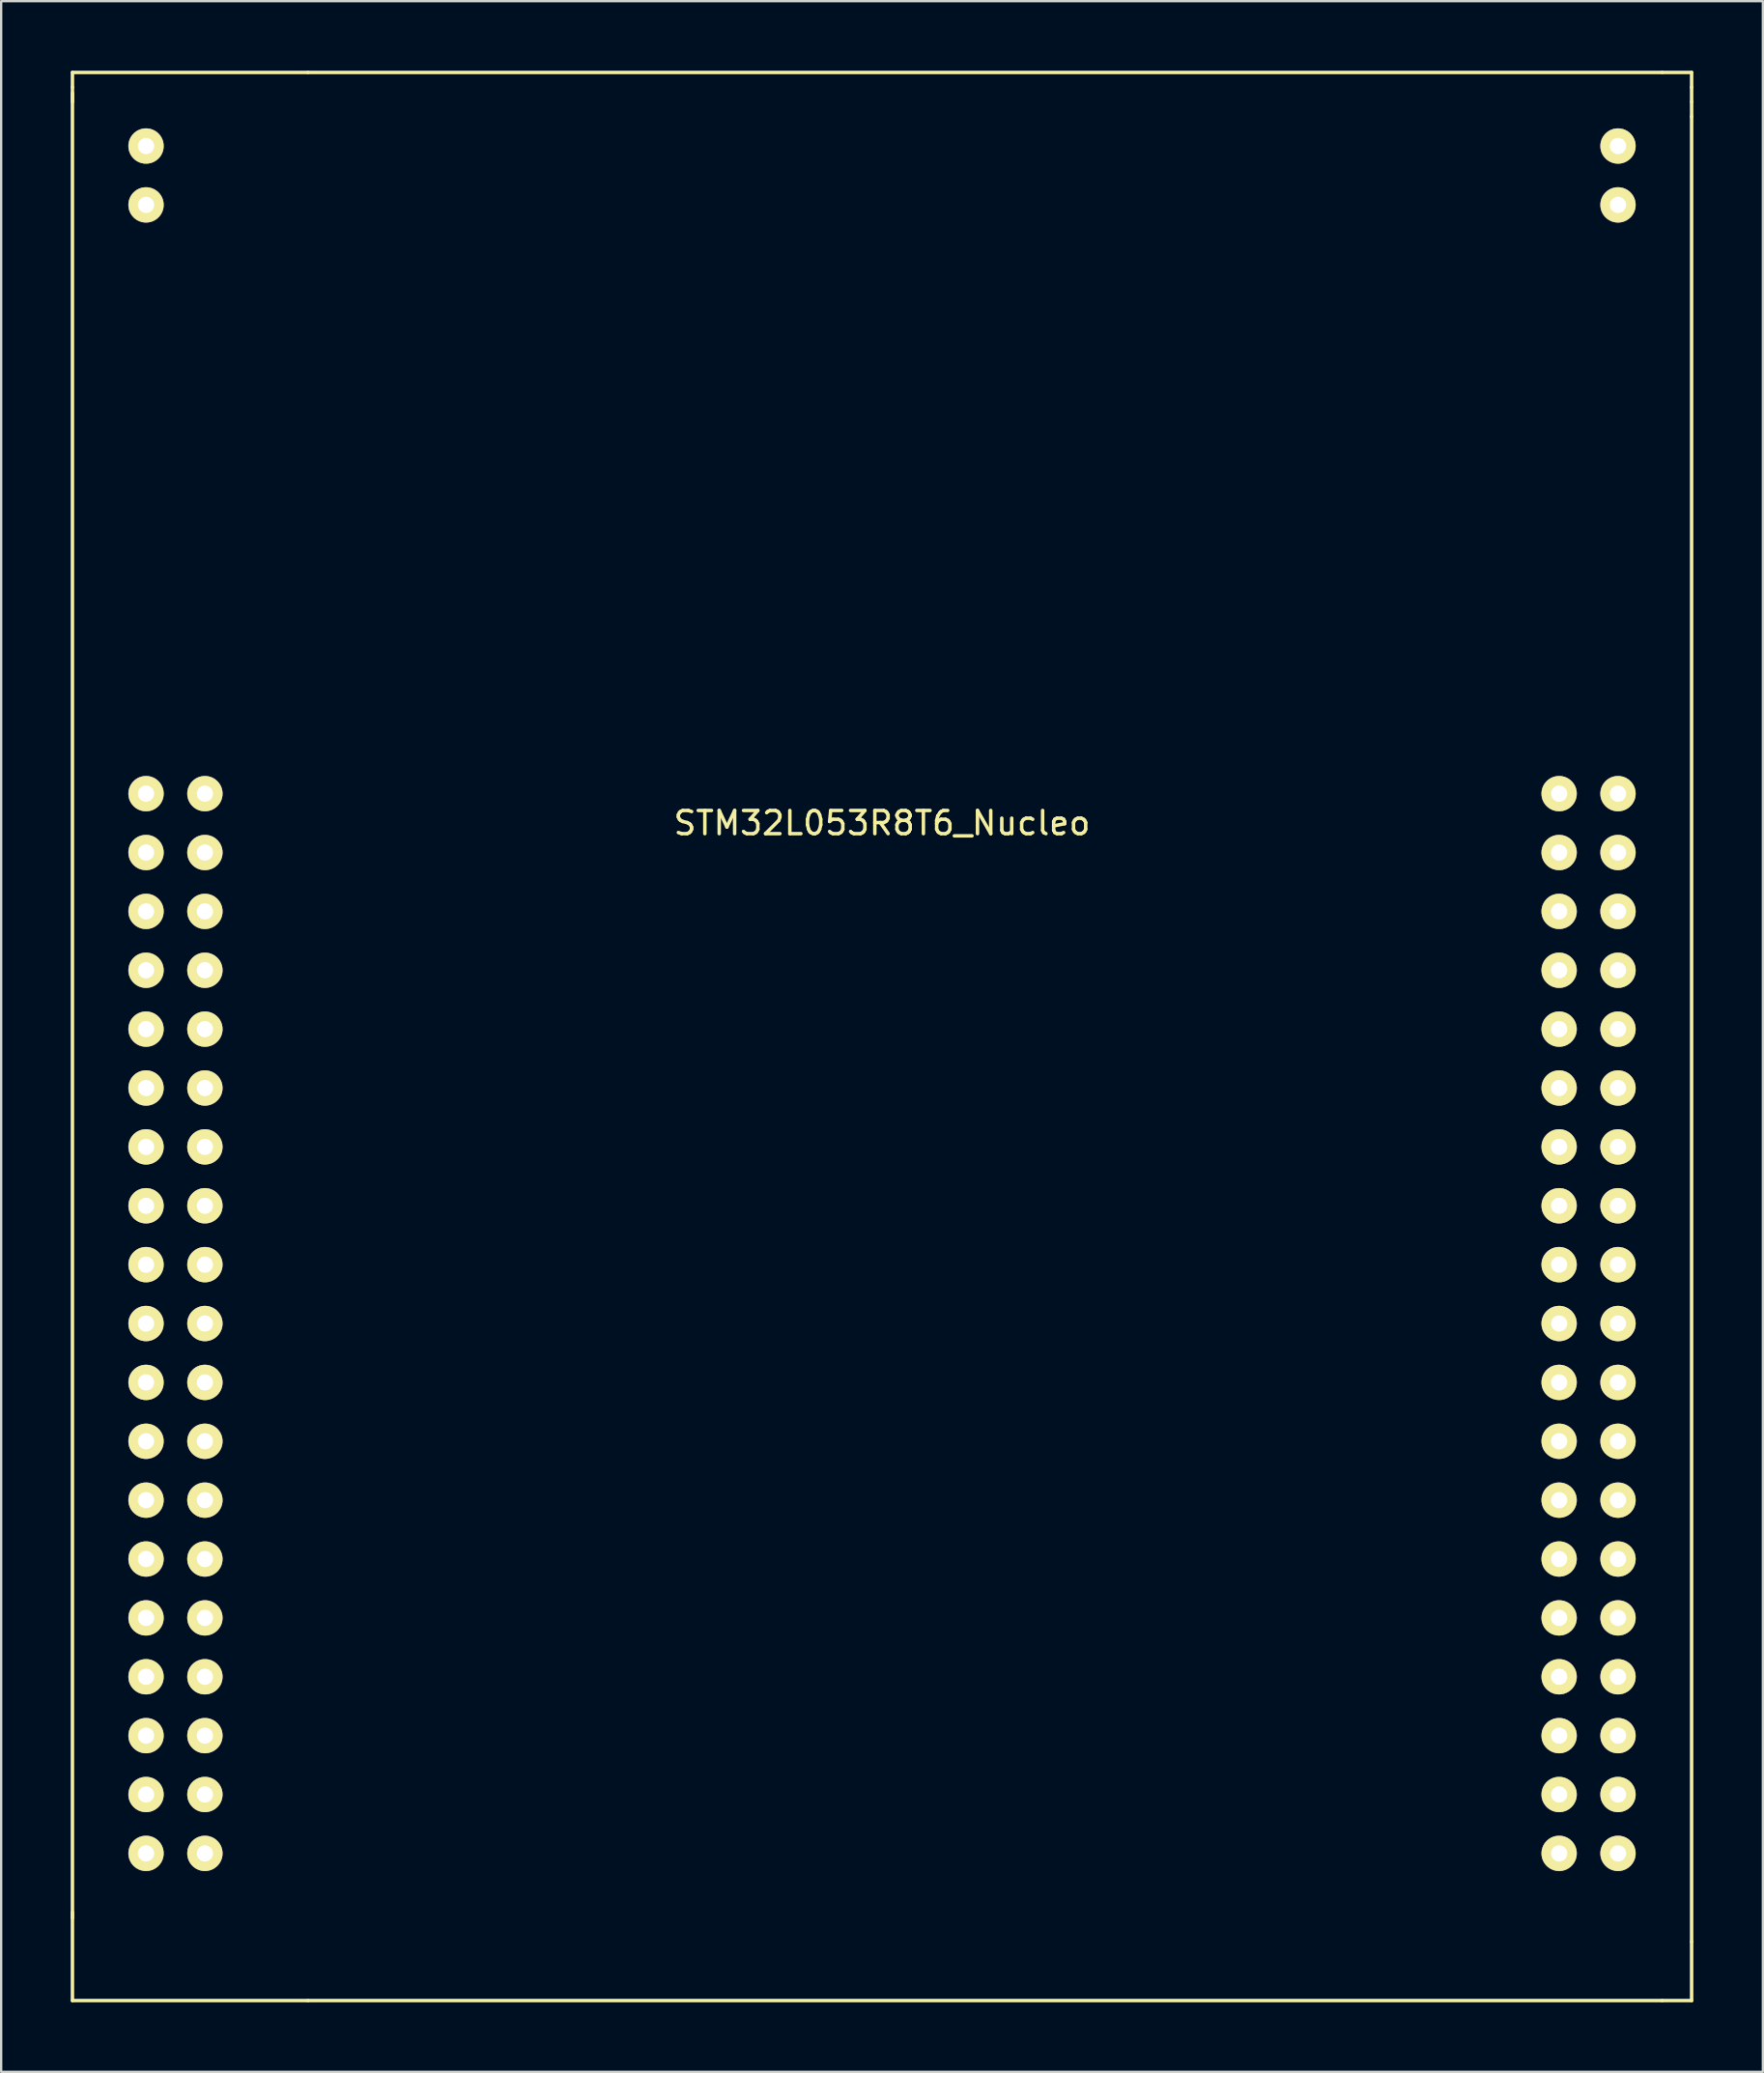
<source format=kicad_pcb>
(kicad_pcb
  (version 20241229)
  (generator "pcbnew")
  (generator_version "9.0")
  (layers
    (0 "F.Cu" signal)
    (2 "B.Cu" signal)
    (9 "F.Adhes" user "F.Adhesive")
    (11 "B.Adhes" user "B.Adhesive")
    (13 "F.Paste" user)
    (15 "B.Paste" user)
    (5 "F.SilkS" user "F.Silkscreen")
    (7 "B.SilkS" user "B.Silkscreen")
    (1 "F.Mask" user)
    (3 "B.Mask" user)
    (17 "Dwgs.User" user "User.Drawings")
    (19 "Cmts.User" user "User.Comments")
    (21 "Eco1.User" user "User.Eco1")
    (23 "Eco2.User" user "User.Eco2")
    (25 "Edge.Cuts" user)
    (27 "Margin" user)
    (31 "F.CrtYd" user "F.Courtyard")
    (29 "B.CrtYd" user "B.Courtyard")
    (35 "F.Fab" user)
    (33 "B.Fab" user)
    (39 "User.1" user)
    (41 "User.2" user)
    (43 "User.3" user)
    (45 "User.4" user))
  (footprint "STM32L053R8T6_Nucleo"
    (layer "F.Cu")
    (at 35 31.19)
    (property "Reference" "STM32L053R8T6_Nucleo" (at 0 1.27 0) (layer "F.SilkS") (effects (font (size 1 1) (thickness 0.15))))
    (attr through_hole)
    (fp_line (start -34.925 -31.115) (end -34.925 -30.48) (stroke (width 0.15) (type solid)) (layer "F.SilkS"))
    (fp_line (start -34.925 -30.48) (end -34.925 -29.845) (stroke (width 0.15) (type solid)) (layer "F.SilkS"))
    (fp_line (start -34.925 -30.226) (end -34.925 48.514) (stroke (width 0.15) (type solid)) (layer "F.SilkS"))
    (fp_line (start -34.925 52.07) (end -34.925 48.26) (stroke (width 0.15) (type solid)) (layer "F.SilkS"))
    (fp_line (start -24.765 -31.115) (end -34.925 -31.115) (stroke (width 0.15) (type solid)) (layer "F.SilkS"))
    (fp_line (start -24.765 52.07) (end -34.925 52.07) (stroke (width 0.15) (type solid)) (layer "F.SilkS"))
    (fp_line (start 33.655 -31.115) (end -24.765 -31.115) (stroke (width 0.15) (type solid)) (layer "F.SilkS"))
    (fp_line (start 33.655 -31.115) (end 34.925 -31.115) (stroke (width 0.15) (type solid)) (layer "F.SilkS"))
    (fp_line (start 33.655 52.07) (end -24.765 52.07) (stroke (width 0.15) (type solid)) (layer "F.SilkS"))
    (fp_line (start 33.655 52.07) (end 34.925 52.07) (stroke (width 0.15) (type solid)) (layer "F.SilkS"))
    (fp_line (start 34.925 -31.115) (end 34.925 -30.48) (stroke (width 0.15) (type solid)) (layer "F.SilkS"))
    (fp_line (start 34.925 -29.845) (end 34.925 -30.48) (stroke (width 0.15) (type solid)) (layer "F.SilkS"))
    (fp_line (start 34.925 -29.845) (end 34.925 -29.21) (stroke (width 0.15) (type solid)) (layer "F.SilkS"))
    (fp_line (start 34.925 -29.21) (end 34.925 49.53) (stroke (width 0.15) (type solid)) (layer "F.SilkS"))
    (fp_line (start 34.925 52.07) (end 34.925 49.53) (stroke (width 0.15) (type solid)) (layer "F.SilkS"))
    (pad "" thru_hole circle (at -31.75 10.16) (size 1.524 1.524) (drill 0.7) (layers "*.Cu" "*.Mask" "F.SilkS"))
    (pad "" thru_hole circle (at -31.75 12.7) (size 1.524 1.524) (drill 0.7) (layers "*.Cu" "*.Mask" "F.SilkS"))
    (pad "" thru_hole circle (at -29.21 10.16) (size 1.524 1.524) (drill 0.7) (layers "*.Cu" "*.Mask" "F.SilkS"))
    (pad "" thru_hole circle (at -29.21 30.48) (size 1.524 1.524) (drill 0.7) (layers "*.Cu" "*.Mask" "F.SilkS"))
    (pad "" thru_hole circle (at 31.75 10.16) (size 1.524 1.524) (drill 0.7) (layers "*.Cu" "*.Mask" "F.SilkS"))
    (pad "" thru_hole circle (at 31.75 43.18) (size 1.524 1.524) (drill 0.7) (layers "*.Cu" "*.Mask" "F.SilkS"))
    (pad "" thru_hole circle (at 31.75 45.72) (size 1.524 1.524) (drill 0.7) (layers "*.Cu" "*.Mask" "F.SilkS"))
    (pad "+3V3" thru_hole circle (at -31.75 5.08) (size 1.524 1.524) (drill 0.7) (layers "*.Cu" "*.Mask" "F.SilkS"))
    (pad "+3V3" thru_hole circle (at -29.21 17.78) (size 1.524 1.524) (drill 0.7) (layers "*.Cu" "*.Mask" "F.SilkS"))
    (pad "+5V" thru_hole circle (at -29.21 20.32) (size 1.524 1.524) (drill 0.7) (layers "*.Cu" "*.Mask" "F.SilkS"))
    (pad "AGND" thru_hole circle (at 31.75 38.1) (size 1.524 1.524) (drill 0.7) (layers "*.Cu" "*.Mask" "F.SilkS"))
    (pad "AREF" thru_hole circle (at 29.21 7.62) (size 1.524 1.524) (drill 0.7) (layers "*.Cu" "*.Mask" "F.SilkS"))
    (pad "B0" thru_hole circle (at -31.75 7.62) (size 1.524 1.524) (drill 0.7) (layers "*.Cu" "*.Mask" "F.SilkS"))
    (pad "CN11" thru_hole circle (at 31.75 -27.94) (size 1.524 1.524) (drill 0.7) (layers "*.Cu" "*.Mask" "F.SilkS"))
    (pad "CN12" thru_hole circle (at -31.75 -27.94) (size 1.524 1.524) (drill 0.7) (layers "*.Cu" "*.Mask" "F.SilkS"))
    (pad "E5V" thru_hole circle (at -29.21 5.08) (size 1.524 1.524) (drill 0.7) (layers "*.Cu" "*.Mask" "F.SilkS"))
    (pad "GND" thru_hole circle (at -31.75 -25.4) (size 1.524 1.524) (drill 0.7) (layers "*.Cu" "*.Mask" "F.SilkS"))
    (pad "GND" thru_hole circle (at -31.75 22.86) (size 1.524 1.524) (drill 0.7) (layers "*.Cu" "*.Mask" "F.SilkS"))
    (pad "GND" thru_hole circle (at -29.21 7.62) (size 1.524 1.524) (drill 0.7) (layers "*.Cu" "*.Mask" "F.SilkS"))
    (pad "GND" thru_hole circle (at -29.21 22.86) (size 1.524 1.524) (drill 0.7) (layers "*.Cu" "*.Mask" "F.SilkS"))
    (pad "GND" thru_hole circle (at -29.21 25.4) (size 1.524 1.524) (drill 0.7) (layers "*.Cu" "*.Mask" "F.SilkS"))
    (pad "GND" thru_hole circle (at 29.21 10.16) (size 1.524 1.524) (drill 0.7) (layers "*.Cu" "*.Mask" "F.SilkS"))
    (pad "GND" thru_hole circle (at 31.75 -25.4) (size 1.524 1.524) (drill 0.7) (layers "*.Cu" "*.Mask" "F.SilkS"))
    (pad "GND" thru_hole circle (at 31.75 22.86) (size 1.524 1.524) (drill 0.7) (layers "*.Cu" "*.Mask" "F.SilkS"))
    (pad "PA0" thru_hole circle (at -29.21 33.02) (size 1.524 1.524) (drill 0.7) (layers "*.Cu" "*.Mask" "F.SilkS"))
    (pad "PA1" thru_hole circle (at -29.21 35.56) (size 1.524 1.524) (drill 0.7) (layers "*.Cu" "*.Mask" "F.SilkS"))
    (pad "PA2" thru_hole circle (at 29.21 43.18) (size 1.524 1.524) (drill 0.7) (layers "*.Cu" "*.Mask" "F.SilkS"))
    (pad "PA3" thru_hole circle (at 29.21 45.72) (size 1.524 1.524) (drill 0.7) (layers "*.Cu" "*.Mask" "F.SilkS"))
    (pad "PA4" thru_hole circle (at -29.21 38.1) (size 1.524 1.524) (drill 0.7) (layers "*.Cu" "*.Mask" "F.SilkS"))
    (pad "PA5" thru_hole circle (at 29.21 12.7) (size 1.524 1.524) (drill 0.7) (layers "*.Cu" "*.Mask" "F.SilkS"))
    (pad "PA6" thru_hole circle (at 29.21 15.24) (size 1.524 1.524) (drill 0.7) (layers "*.Cu" "*.Mask" "F.SilkS"))
    (pad "PA7" thru_hole circle (at 29.21 17.78) (size 1.524 1.524) (drill 0.7) (layers "*.Cu" "*.Mask" "F.SilkS"))
    (pad "PA8" thru_hole circle (at 29.21 27.94) (size 1.524 1.524) (drill 0.7) (layers "*.Cu" "*.Mask" "F.SilkS"))
    (pad "PA9" thru_hole circle (at 29.21 25.4) (size 1.524 1.524) (drill 0.7) (layers "*.Cu" "*.Mask" "F.SilkS"))
    (pad "PA10" thru_hole circle (at 29.21 40.64) (size 1.524 1.524) (drill 0.7) (layers "*.Cu" "*.Mask" "F.SilkS"))
    (pad "PA11" thru_hole circle (at 31.75 15.24) (size 1.524 1.524) (drill 0.7) (layers "*.Cu" "*.Mask" "F.SilkS"))
    (pad "PA12" thru_hole circle (at 31.75 12.7) (size 1.524 1.524) (drill 0.7) (layers "*.Cu" "*.Mask" "F.SilkS"))
    (pad "PA13" thru_hole circle (at -31.75 15.24) (size 1.524 1.524) (drill 0.7) (layers "*.Cu" "*.Mask" "F.SilkS"))
    (pad "PA14" thru_hole circle (at -31.75 17.78) (size 1.524 1.524) (drill 0.7) (layers "*.Cu" "*.Mask" "F.SilkS"))
    (pad "PA15" thru_hole circle (at -31.75 20.32) (size 1.524 1.524) (drill 0.7) (layers "*.Cu" "*.Mask" "F.SilkS"))
    (pad "PB0" thru_hole circle (at -29.21 40.64) (size 1.524 1.524) (drill 0.7) (layers "*.Cu" "*.Mask" "F.SilkS"))
    (pad "PB1" thru_hole circle (at 31.75 27.94) (size 1.524 1.524) (drill 0.7) (layers "*.Cu" "*.Mask" "F.SilkS"))
    (pad "PB2" thru_hole circle (at 31.75 25.4) (size 1.524 1.524) (drill 0.7) (layers "*.Cu" "*.Mask" "F.SilkS"))
    (pad "PB3" thru_hole circle (at 29.21 38.1) (size 1.524 1.524) (drill 0.7) (layers "*.Cu" "*.Mask" "F.SilkS"))
    (pad "PB4" thru_hole circle (at 29.21 33.02) (size 1.524 1.524) (drill 0.7) (layers "*.Cu" "*.Mask" "F.SilkS"))
    (pad "PB5" thru_hole circle (at 29.21 35.56) (size 1.524 1.524) (drill 0.7) (layers "*.Cu" "*.Mask" "F.SilkS"))
    (pad "PB6" thru_hole circle (at 29.21 20.32) (size 1.524 1.524) (drill 0.7) (layers "*.Cu" "*.Mask" "F.SilkS"))
    (pad "PB7" thru_hole circle (at -31.75 25.4) (size 1.524 1.524) (drill 0.7) (layers "*.Cu" "*.Mask" "F.SilkS"))
    (pad "PB8" thru_hole circle (at 29.21 2.54) (size 1.524 1.524) (drill 0.7) (layers "*.Cu" "*.Mask" "F.SilkS"))
    (pad "PB9" thru_hole circle (at 29.21 5.08) (size 1.524 1.524) (drill 0.7) (layers "*.Cu" "*.Mask" "F.SilkS"))
    (pad "PB10" thru_hole circle (at 29.21 30.48) (size 1.524 1.524) (drill 0.7) (layers "*.Cu" "*.Mask" "F.SilkS"))
    (pad "PB11" thru_hole circle (at 31.75 20.32) (size 1.524 1.524) (drill 0.7) (layers "*.Cu" "*.Mask" "F.SilkS"))
    (pad "PB12" thru_hole circle (at 31.75 17.78) (size 1.524 1.524) (drill 0.7) (layers "*.Cu" "*.Mask" "F.SilkS"))
    (pad "PB13" thru_hole circle (at 31.75 35.56) (size 1.524 1.524) (drill 0.7) (layers "*.Cu" "*.Mask" "F.SilkS"))
    (pad "PB14" thru_hole circle (at 31.75 33.02) (size 1.524 1.524) (drill 0.7) (layers "*.Cu" "*.Mask" "F.SilkS"))
    (pad "PB15" thru_hole circle (at 31.75 30.48) (size 1.524 1.524) (drill 0.7) (layers "*.Cu" "*.Mask" "F.SilkS"))
    (pad "PC0" thru_hole circle (at -29.21 45.72) (size 1.524 1.524) (drill 0.7) (layers "*.Cu" "*.Mask" "F.SilkS"))
    (pad "PC1" thru_hole circle (at -29.21 43.18) (size 1.524 1.524) (drill 0.7) (layers "*.Cu" "*.Mask" "F.SilkS"))
    (pad "PC2" thru_hole circle (at -31.75 43.18) (size 1.524 1.524) (drill 0.7) (layers "*.Cu" "*.Mask" "F.SilkS"))
    (pad "PC3" thru_hole circle (at -31.75 45.72) (size 1.524 1.524) (drill 0.7) (layers "*.Cu" "*.Mask" "F.SilkS"))
    (pad "PC4" thru_hole circle (at 31.75 40.64) (size 1.524 1.524) (drill 0.7) (layers "*.Cu" "*.Mask" "F.SilkS"))
    (pad "PC5" thru_hole circle (at 31.75 5.08) (size 1.524 1.524) (drill 0.7) (layers "*.Cu" "*.Mask" "F.SilkS"))
    (pad "PC6" thru_hole circle (at 31.75 2.54) (size 1.524 1.524) (drill 0.7) (layers "*.Cu" "*.Mask" "F.SilkS"))
    (pad "PC7" thru_hole circle (at 29.21 22.86) (size 1.524 1.524) (drill 0.7) (layers "*.Cu" "*.Mask" "F.SilkS"))
    (pad "PC8" thru_hole circle (at 31.75 0) (size 1.524 1.524) (drill 0.7) (layers "*.Cu" "*.Mask" "F.SilkS"))
    (pad "PC9" thru_hole circle (at 29.21 0) (size 1.524 1.524) (drill 0.7) (layers "*.Cu" "*.Mask" "F.SilkS"))
    (pad "PC10" thru_hole circle (at -31.75 0) (size 1.524 1.524) (drill 0.7) (layers "*.Cu" "*.Mask" "F.SilkS"))
    (pad "PC11" thru_hole circle (at -29.21 0) (size 1.524 1.524) (drill 0.7) (layers "*.Cu" "*.Mask" "F.SilkS"))
    (pad "PC12" thru_hole circle (at -31.75 2.54) (size 1.524 1.524) (drill 0.7) (layers "*.Cu" "*.Mask" "F.SilkS"))
    (pad "PC13" thru_hole circle (at -31.75 27.94) (size 1.524 1.524) (drill 0.7) (layers "*.Cu" "*.Mask" "F.SilkS"))
    (pad "PC14" thru_hole circle (at -31.75 30.48) (size 1.524 1.524) (drill 0.7) (layers "*.Cu" "*.Mask" "F.SilkS"))
    (pad "PC15" thru_hole circle (at -31.75 33.02) (size 1.524 1.524) (drill 0.7) (layers "*.Cu" "*.Mask" "F.SilkS"))
    (pad "PD2" thru_hole circle (at -29.21 2.54) (size 1.524 1.524) (drill 0.7) (layers "*.Cu" "*.Mask" "F.SilkS"))
    (pad "PH0" thru_hole circle (at -31.75 35.56) (size 1.524 1.524) (drill 0.7) (layers "*.Cu" "*.Mask" "F.SilkS"))
    (pad "PH1" thru_hole circle (at -31.75 38.1) (size 1.524 1.524) (drill 0.7) (layers "*.Cu" "*.Mask" "F.SilkS"))
    (pad "RST" thru_hole circle (at -29.21 15.24) (size 1.524 1.524) (drill 0.7) (layers "*.Cu" "*.Mask" "F.SilkS"))
    (pad "U5V" thru_hole circle (at 31.75 7.62) (size 1.524 1.524) (drill 0.7) (layers "*.Cu" "*.Mask" "F.SilkS"))
    (pad "VIN" thru_hole circle (at -29.21 27.94) (size 1.524 1.524) (drill 0.7) (layers "*.Cu" "*.Mask" "F.SilkS"))
    (pad "VLCD" thru_hole circle (at -31.75 40.64) (size 1.524 1.524) (drill 0.7) (layers "*.Cu" "*.Mask" "F.SilkS"))
    (pad "VREF" thru_hole circle (at -29.21 12.7) (size 1.524 1.524) (drill 0.7) (layers "*.Cu" "*.Mask" "F.SilkS")))
  (gr_rect
    (start -3 -3)
    (end 73 86.335)
    (stroke (width 0.1) (type default))
    (fill no)
    (layer "Edge.Cuts")))
</source>
